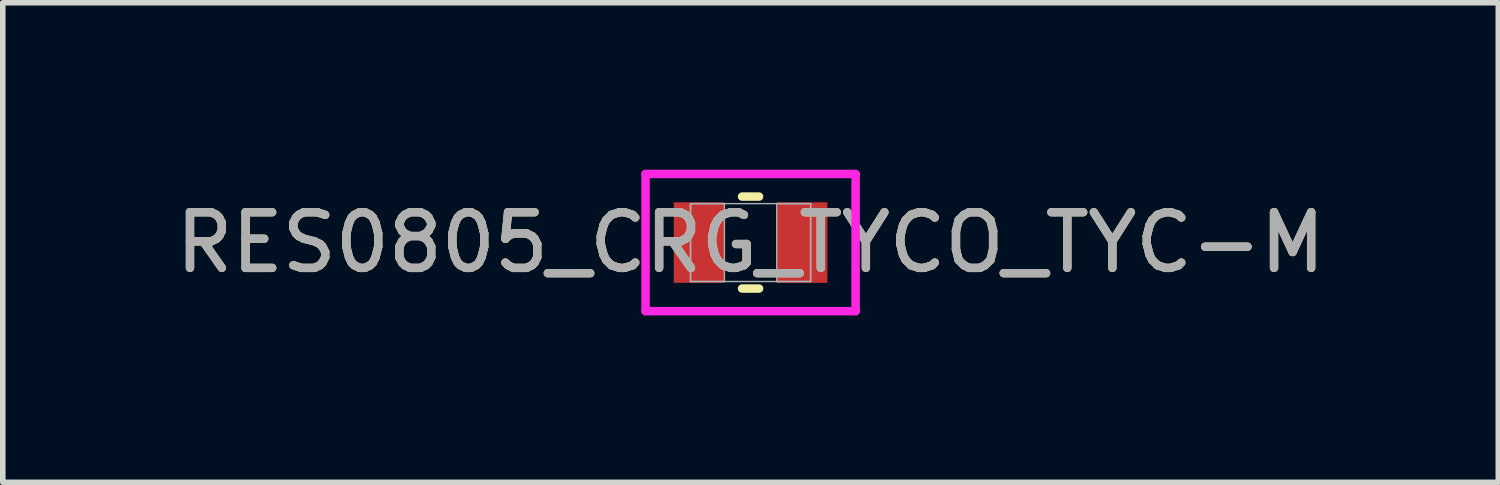
<source format=kicad_pcb>
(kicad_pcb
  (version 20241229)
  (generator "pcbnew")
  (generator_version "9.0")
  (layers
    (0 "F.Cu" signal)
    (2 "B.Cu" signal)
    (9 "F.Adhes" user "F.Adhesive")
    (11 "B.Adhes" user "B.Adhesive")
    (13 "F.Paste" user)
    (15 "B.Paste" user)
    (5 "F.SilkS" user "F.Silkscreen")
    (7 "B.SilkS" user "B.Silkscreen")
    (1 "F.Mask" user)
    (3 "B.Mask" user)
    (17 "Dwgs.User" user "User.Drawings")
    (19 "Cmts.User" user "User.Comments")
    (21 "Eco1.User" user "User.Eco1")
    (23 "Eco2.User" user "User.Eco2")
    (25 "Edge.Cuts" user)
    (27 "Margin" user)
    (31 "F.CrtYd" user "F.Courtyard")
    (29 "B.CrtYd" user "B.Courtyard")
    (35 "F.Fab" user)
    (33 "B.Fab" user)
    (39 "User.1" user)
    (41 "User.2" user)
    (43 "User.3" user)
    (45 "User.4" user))
  (footprint "RES0805_CRG_TYCO_TYC-M"
    (layer "F.Cu")
    (at 10.435 1.308)
    (property "Reference" "RES0805_CRG_TYCO_TYC-M" (at 0 0 0) (unlocked yes) (layer "F.SilkS") (effects (font (size 1 1) (thickness 0.15))))
    (attr smd)
    (fp_line (start -0.153 0.826) (end 0.153 0.826) (stroke (width 0.152) (type solid)) (layer "F.SilkS"))
    (fp_line (start 0.153 -0.826) (end -0.153 -0.826) (stroke (width 0.152) (type solid)) (layer "F.SilkS"))
    (fp_line (start -1.887 -1.232) (end 1.887 -1.232) (stroke (width 0.152) (type solid)) (layer "F.CrtYd"))
    (fp_line (start -1.887 1.232) (end -1.887 -1.232) (stroke (width 0.152) (type solid)) (layer "F.CrtYd"))
    (fp_line (start 1.887 -1.232) (end 1.887 1.232) (stroke (width 0.152) (type solid)) (layer "F.CrtYd"))
    (fp_line (start 1.887 1.232) (end -1.887 1.232) (stroke (width 0.152) (type solid)) (layer "F.CrtYd"))
    (fp_line (start -1.079 -0.699) (end -1.079 0.699) (stroke (width 0.025) (type solid)) (layer "F.Fab"))
    (fp_line (start -1.079 -0.699) (end -1.079 0.699) (stroke (width 0.025) (type solid)) (layer "F.Fab"))
    (fp_line (start -1.079 0.699) (end -0.47 0.699) (stroke (width 0.025) (type solid)) (layer "F.Fab"))
    (fp_line (start -1.079 0.699) (end 1.079 0.699) (stroke (width 0.025) (type solid)) (layer "F.Fab"))
    (fp_line (start -0.47 -0.699) (end -1.079 -0.699) (stroke (width 0.025) (type solid)) (layer "F.Fab"))
    (fp_line (start -0.47 0.699) (end -0.47 -0.699) (stroke (width 0.025) (type solid)) (layer "F.Fab"))
    (fp_line (start 0.47 -0.699) (end 0.47 0.699) (stroke (width 0.025) (type solid)) (layer "F.Fab"))
    (fp_line (start 0.47 0.699) (end 1.079 0.699) (stroke (width 0.025) (type solid)) (layer "F.Fab"))
    (fp_line (start 1.079 -0.699) (end -1.079 -0.699) (stroke (width 0.025) (type solid)) (layer "F.Fab"))
    (fp_line (start 1.079 -0.699) (end 0.47 -0.699) (stroke (width 0.025) (type solid)) (layer "F.Fab"))
    (fp_line (start 1.079 0.699) (end 1.079 -0.699) (stroke (width 0.025) (type solid)) (layer "F.Fab"))
    (fp_line (start 1.079 0.699) (end 1.079 -0.699) (stroke (width 0.025) (type solid)) (layer "F.Fab"))
    (fp_text user "${REFERENCE}" (at 0 0 0) (unlocked yes) (layer "F.Fab") (effects (font (size 1 1) (thickness 0.15))))
    (pad "1" smd rect (at -0.925 0) (size 0.91 1.447) (layers "F.Cu" "F.Mask" "F.Paste"))
    (pad "2" smd rect (at 0.925 0) (size 0.91 1.447) (layers "F.Cu" "F.Mask" "F.Paste"))
    (zone (net_name "") (layer "F.Cu") (hatch full 0.508) (connect_pads) (min_thickness 0.254) (filled_areas_thickness no) (keepout (tracks not_allowed) (vias not_allowed) (pads allowed) (copperpour not_allowed) (footprints allowed)) (placement (enabled no)) (fill) (polygon (pts (xy 10.015 0.66) (xy 10.854 0.66) (xy 10.854 1.955) (xy 10.015 1.955)))))
  (gr_rect
    (start -3 -3)
    (end 23.869 5.615)
    (stroke (width 0.1) (type default))
    (fill no)
    (layer "Edge.Cuts")))
</source>
